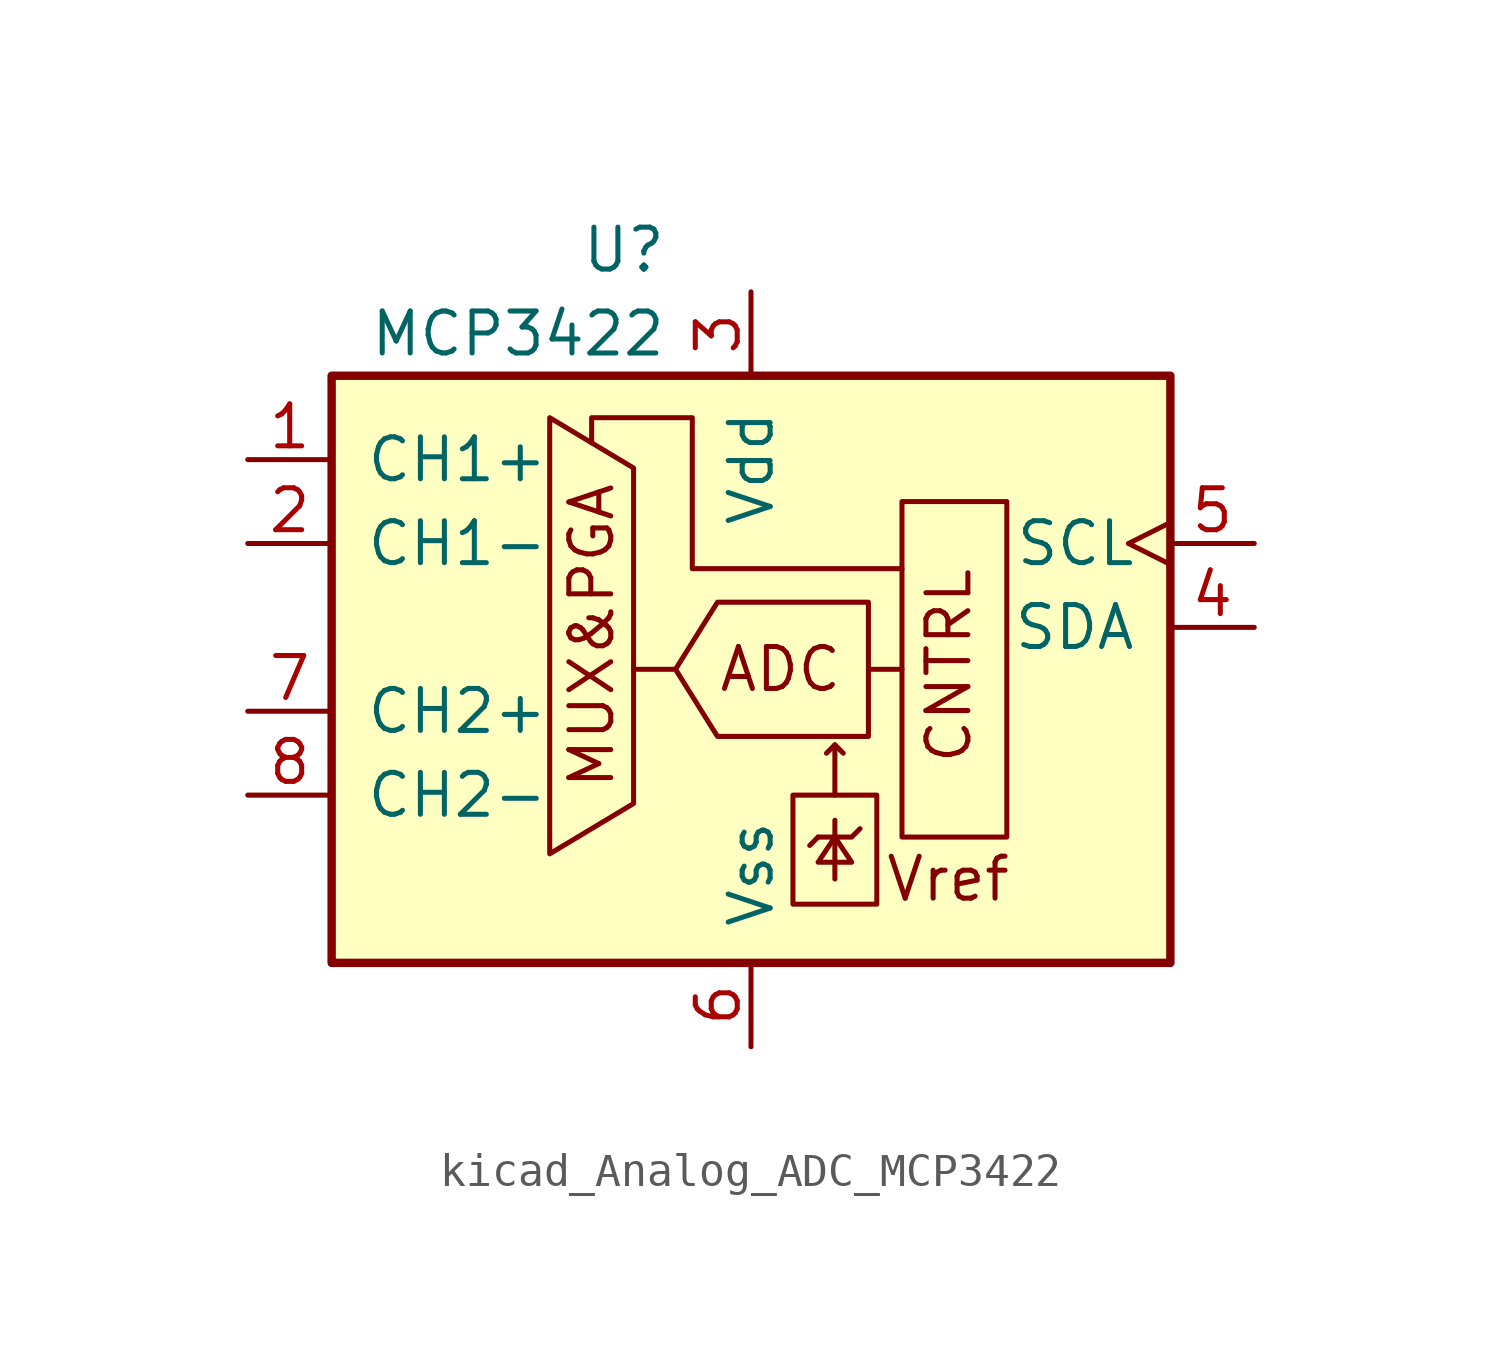
<source format=kicad_sym>
(kicad_symbol_lib
  (version 20220914)
  (generator kicad_symbol_editor)
  (symbol "kicad_Analog_ADC_MCP3422"
    (pin_names
      (offset 1.016))
    (property "Reference" "U"
      (at -2.54 11.43 0)
      (effects (font (size 1.27 1.27)) (justify right)))
    (property "Value" "MCP3422"
      (at -2.54 8.89 0)
      (effects (font (size 1.27 1.27)) (justify right)))
    (symbol "kicad_Analog_ADC_MCP3422_0_0"
      (polyline (pts (xy -6.096 6.35) (xy -3.556 4.826) (xy -3.556 -5.334) (xy -6.096 -6.858) (xy -6.096 6.35)) (stroke (width 0) (type default)) (fill (type none)))
      (polyline (pts (xy 4.572 1.778) (xy -1.778 1.778) (xy -1.778 6.35) (xy -4.826 6.35) (xy -4.826 5.588)) (stroke (width 0) (type default)) (fill (type none)))
      (polyline (pts (xy 3.556 0.762) (xy 3.556 -3.302) (xy -1.016 -3.302) (xy -2.286 -1.27) (xy -1.016 0.762) (xy 3.556 0.762)) (stroke (width 0) (type default)) (fill (type none)))
      (text "ADC" (at 0.889 -1.27 0) (effects (font (size 1.27 1.27))))
      (text "CNTRL" (at 6.731 -4.191 900) (effects (font (size 1.27 1.27)) (justify left bottom)))
      (text "MUX&PGA" (at -4.826 -0.254 900) (effects (font (size 1.27 1.27))))
      (text "Vref" (at 5.969 -7.62 0) (effects (font (size 1.27 1.27)))))
    (symbol "kicad_Analog_ADC_MCP3422_0_1"
      (polyline (pts (xy -3.556 -1.27) (xy -2.286 -1.27)) (stroke (width 0) (type default)) (fill (type none)))
      (polyline (pts (xy 2.032 -6.35) (xy 1.778 -6.604)) (stroke (width 0) (type default)) (fill (type none)))
      (polyline (pts (xy 2.54 -5.842) (xy 2.54 -7.62)) (stroke (width 0) (type default)) (fill (type none)))
      (polyline (pts (xy 2.54 -3.556) (xy 2.794 -3.81)) (stroke (width 0) (type default)) (fill (type none)))
      (polyline (pts (xy 3.556 -1.27) (xy 4.572 -1.27)) (stroke (width 0) (type default)) (fill (type none)))
      (polyline (pts (xy 2.032 -6.35) (xy 3.048 -6.35) (xy 3.302 -6.096)) (stroke (width 0) (type default)) (fill (type none)))
      (polyline (pts (xy 2.54 -5.08) (xy 2.54 -3.556) (xy 2.286 -3.81)) (stroke (width 0) (type default)) (fill (type none)))
      (polyline (pts (xy 2.54 -6.35) (xy 2.032 -7.112) (xy 3.048 -7.112) (xy 2.54 -6.35)) (stroke (width 0) (type default)) (fill (type none)))
      (rectangle (start 1.27 -5.08) (end 3.81 -8.382) (stroke (width 0) (type default)) (fill (type none)))
      (rectangle (start 4.572 -6.35) (end 7.747 3.81) (stroke (width 0) (type default)) (fill (type none)))
      (rectangle (start 12.7 7.62) (end -12.7 -10.16) (stroke (width 0.254) (type default)) (fill (type background))))
    (symbol "kicad_Analog_ADC_MCP3422_1_1"
      (pin input line (at -15.24 5.08 0) (length 2.54) (name "CH1+" (effects (font (size 1.27 1.27)))) (number "1" (effects (font (size 1.27 1.27)))))
      (pin input line (at -15.24 2.54 0) (length 2.54) (name "CH1-" (effects (font (size 1.27 1.27)))) (number "2" (effects (font (size 1.27 1.27)))))
      (pin power_in line (at 0 10.16 270) (length 2.54) (name "Vdd" (effects (font (size 1.27 1.27)))) (number "3" (effects (font (size 1.27 1.27)))))
      (pin bidirectional line (at 15.24 0 180) (length 2.54) (name "SDA" (effects (font (size 1.27 1.27)))) (number "4" (effects (font (size 1.27 1.27)))))
      (pin input clock (at 15.24 2.54 180) (length 2.54) (name "SCL" (effects (font (size 1.27 1.27)))) (number "5" (effects (font (size 1.27 1.27)))))
      (pin power_in line (at 0 -12.7 90) (length 2.54) (name "Vss" (effects (font (size 1.27 1.27)))) (number "6" (effects (font (size 1.27 1.27)))))
      (pin input line (at -15.24 -2.54 0) (length 2.54) (name "CH2+" (effects (font (size 1.27 1.27)))) (number "7" (effects (font (size 1.27 1.27)))))
      (pin input line (at -15.24 -5.08 0) (length 2.54) (name "CH2-" (effects (font (size 1.27 1.27)))) (number "8" (effects (font (size 1.27 1.27))))))))
</source>
